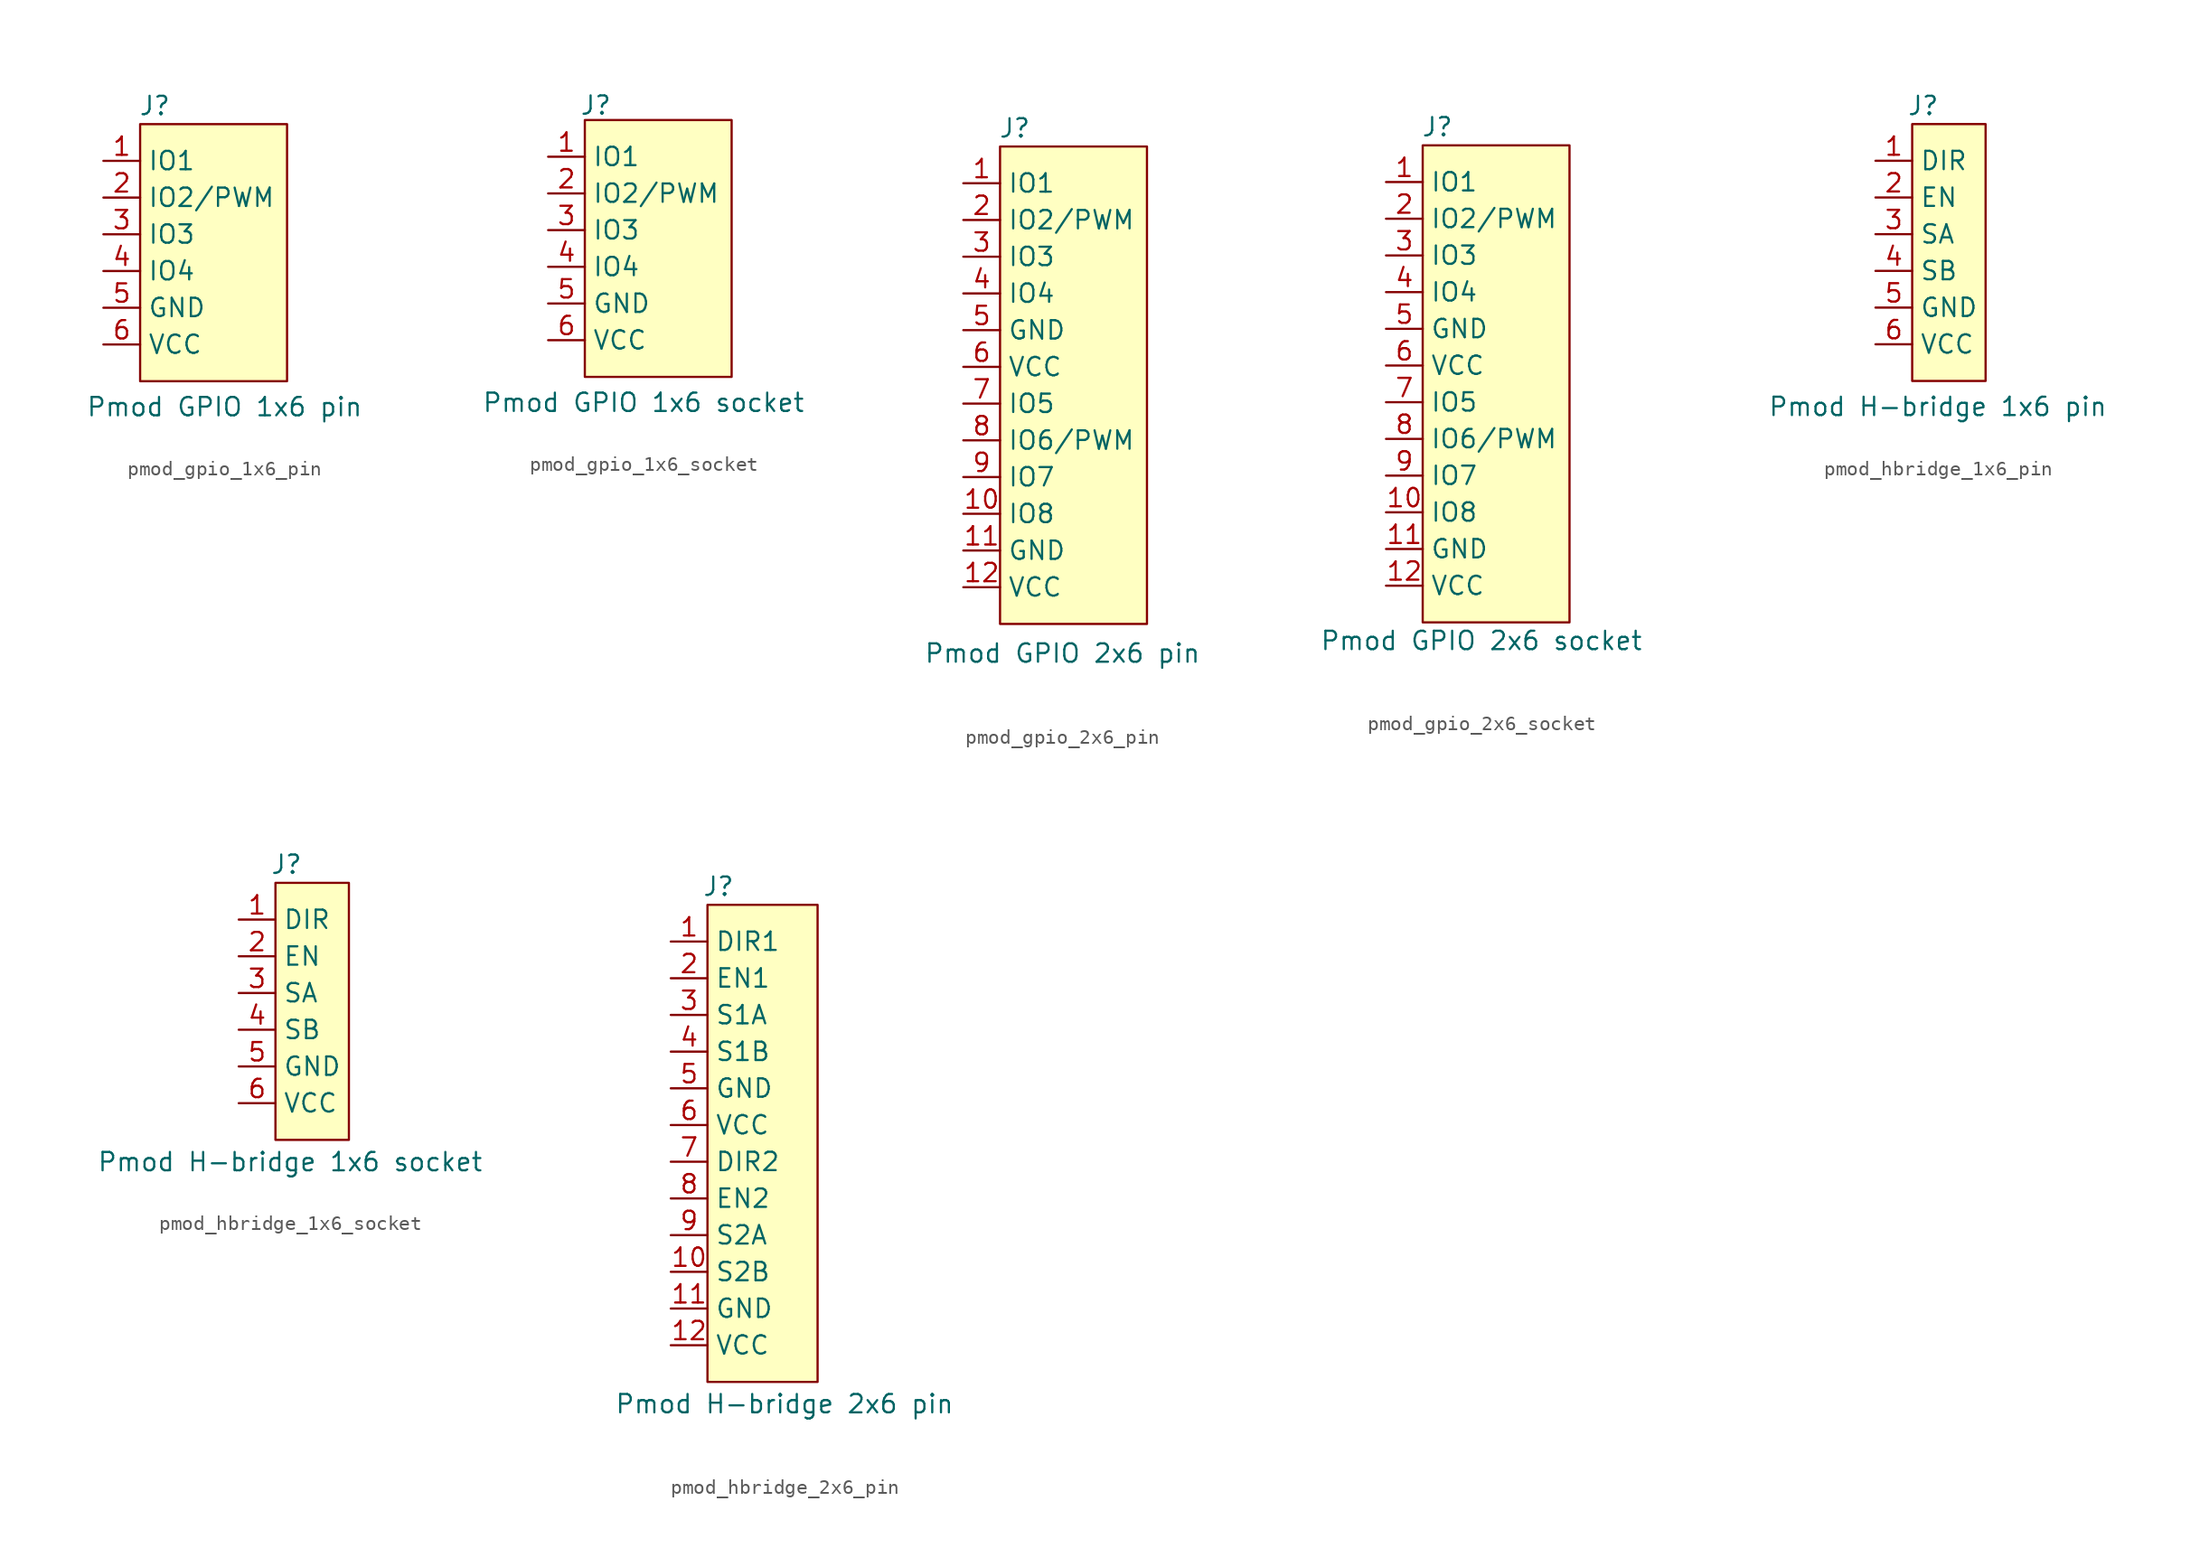
<source format=kicad_sym>
(kicad_symbol_lib
  (version 20241209)
  (generator "kicad_symbol_editor")
  (generator_version "9.0")
  (symbol "pmod_gpio_1x6_pin"
    (property "Reference" "J"
      (at 1.016 1.27 0)
      (effects (font (size 1.27 1.27))))
    (property "Value" "Pmod GPIO 1x6 pin"
      (at 5.842 -19.558 0)
      (effects (font (size 1.27 1.27))))
    (symbol "pmod_gpio_1x6_pin_1_1"
      (rectangle (start 0 0) (end 10.16 -17.78) (stroke (width 0) (type solid)) (fill (type background)))
      (pin bidirectional line (at -2.54 -2.54 0) (length 2.54) (name "IO1" (effects (font (size 1.27 1.27)))) (number "1" (effects (font (size 1.27 1.27)))))
      (pin bidirectional line (at -2.54 -5.08 0) (length 2.54) (name "IO2/PWM" (effects (font (size 1.27 1.27)))) (number "2" (effects (font (size 1.27 1.27)))))
      (pin bidirectional line (at -2.54 -7.62 0) (length 2.54) (name "IO3" (effects (font (size 1.27 1.27)))) (number "3" (effects (font (size 1.27 1.27)))))
      (pin bidirectional line (at -2.54 -10.16 0) (length 2.54) (name "IO4" (effects (font (size 1.27 1.27)))) (number "4" (effects (font (size 1.27 1.27)))))
      (pin power_in line (at -2.54 -12.7 0) (length 2.54) (name "GND" (effects (font (size 1.27 1.27)))) (number "5" (effects (font (size 1.27 1.27)))))
      (pin power_in line (at -2.54 -15.24 0) (length 2.54) (name "VCC" (effects (font (size 1.27 1.27)))) (number "6" (effects (font (size 1.27 1.27)))))))
  (symbol "pmod_gpio_1x6_socket"
    (property "Reference" "J"
      (at 0.762 1.016 0)
      (effects (font (size 1.27 1.27))))
    (property "Value" "Pmod GPIO 1x6 socket"
      (at 4.064 -19.558 0)
      (effects (font (size 1.27 1.27))))
    (symbol "pmod_gpio_1x6_socket_1_1"
      (rectangle (start 0 0) (end 10.16 -17.78) (stroke (width 0) (type solid)) (fill (type background)))
      (pin bidirectional line (at -2.54 -2.54 0) (length 2.54) (name "IO1" (effects (font (size 1.27 1.27)))) (number "1" (effects (font (size 1.27 1.27)))))
      (pin bidirectional line (at -2.54 -5.08 0) (length 2.54) (name "IO2/PWM" (effects (font (size 1.27 1.27)))) (number "2" (effects (font (size 1.27 1.27)))))
      (pin bidirectional line (at -2.54 -7.62 0) (length 2.54) (name "IO3" (effects (font (size 1.27 1.27)))) (number "3" (effects (font (size 1.27 1.27)))))
      (pin bidirectional line (at -2.54 -10.16 0) (length 2.54) (name "IO4" (effects (font (size 1.27 1.27)))) (number "4" (effects (font (size 1.27 1.27)))))
      (pin power_in line (at -2.54 -12.7 0) (length 2.54) (name "GND" (effects (font (size 1.27 1.27)))) (number "5" (effects (font (size 1.27 1.27)))))
      (pin power_in line (at -2.54 -15.24 0) (length 2.54) (name "VCC" (effects (font (size 1.27 1.27)))) (number "6" (effects (font (size 1.27 1.27)))))))
  (symbol "pmod_gpio_2x6_pin"
    (property "Reference" "J"
      (at 1.016 1.27 0)
      (effects (font (size 1.27 1.27))))
    (property "Value" "Pmod GPIO 2x6 pin"
      (at 4.318 -35.052 0)
      (effects (font (size 1.27 1.27))))
    (symbol "pmod_gpio_2x6_pin_1_1"
      (rectangle (start 0 0) (end 10.16 -33.02) (stroke (width 0) (type solid)) (fill (type background)))
      (pin bidirectional line (at -2.54 -2.54 0) (length 2.54) (name "IO1" (effects (font (size 1.27 1.27)))) (number "1" (effects (font (size 1.27 1.27)))))
      (pin bidirectional line (at -2.54 -5.08 0) (length 2.54) (name "IO2/PWM" (effects (font (size 1.27 1.27)))) (number "2" (effects (font (size 1.27 1.27)))))
      (pin bidirectional line (at -2.54 -7.62 0) (length 2.54) (name "IO3" (effects (font (size 1.27 1.27)))) (number "3" (effects (font (size 1.27 1.27)))))
      (pin bidirectional line (at -2.54 -10.16 0) (length 2.54) (name "IO4" (effects (font (size 1.27 1.27)))) (number "4" (effects (font (size 1.27 1.27)))))
      (pin power_in line (at -2.54 -12.7 0) (length 2.54) (name "GND" (effects (font (size 1.27 1.27)))) (number "5" (effects (font (size 1.27 1.27)))))
      (pin power_in line (at -2.54 -15.24 0) (length 2.54) (name "VCC" (effects (font (size 1.27 1.27)))) (number "6" (effects (font (size 1.27 1.27)))))
      (pin bidirectional line (at -2.54 -17.78 0) (length 2.54) (name "IO5" (effects (font (size 1.27 1.27)))) (number "7" (effects (font (size 1.27 1.27)))))
      (pin bidirectional line (at -2.54 -20.32 0) (length 2.54) (name "IO6/PWM" (effects (font (size 1.27 1.27)))) (number "8" (effects (font (size 1.27 1.27)))))
      (pin bidirectional line (at -2.54 -22.86 0) (length 2.54) (name "IO7" (effects (font (size 1.27 1.27)))) (number "9" (effects (font (size 1.27 1.27)))))
      (pin bidirectional line (at -2.54 -25.4 0) (length 2.54) (name "IO8" (effects (font (size 1.27 1.27)))) (number "10" (effects (font (size 1.27 1.27)))))
      (pin power_in line (at -2.54 -27.94 0) (length 2.54) (name "GND" (effects (font (size 1.27 1.27)))) (number "11" (effects (font (size 1.27 1.27)))))
      (pin power_in line (at -2.54 -30.48 0) (length 2.54) (name "VCC" (effects (font (size 1.27 1.27)))) (number "12" (effects (font (size 1.27 1.27)))))))
  (symbol "pmod_gpio_2x6_socket"
    (property "Reference" "J"
      (at 1.016 1.27 0)
      (effects (font (size 1.27 1.27))))
    (property "Value" "Pmod GPIO 2x6 socket"
      (at 4.064 -34.29 0)
      (effects (font (size 1.27 1.27))))
    (symbol "pmod_gpio_2x6_socket_1_1"
      (rectangle (start 0 0) (end 10.16 -33.02) (stroke (width 0) (type solid)) (fill (type background)))
      (pin bidirectional line (at -2.54 -2.54 0) (length 2.54) (name "IO1" (effects (font (size 1.27 1.27)))) (number "1" (effects (font (size 1.27 1.27)))))
      (pin bidirectional line (at -2.54 -5.08 0) (length 2.54) (name "IO2/PWM" (effects (font (size 1.27 1.27)))) (number "2" (effects (font (size 1.27 1.27)))))
      (pin bidirectional line (at -2.54 -7.62 0) (length 2.54) (name "IO3" (effects (font (size 1.27 1.27)))) (number "3" (effects (font (size 1.27 1.27)))))
      (pin bidirectional line (at -2.54 -10.16 0) (length 2.54) (name "IO4" (effects (font (size 1.27 1.27)))) (number "4" (effects (font (size 1.27 1.27)))))
      (pin power_in line (at -2.54 -12.7 0) (length 2.54) (name "GND" (effects (font (size 1.27 1.27)))) (number "5" (effects (font (size 1.27 1.27)))))
      (pin power_in line (at -2.54 -15.24 0) (length 2.54) (name "VCC" (effects (font (size 1.27 1.27)))) (number "6" (effects (font (size 1.27 1.27)))))
      (pin bidirectional line (at -2.54 -17.78 0) (length 2.54) (name "IO5" (effects (font (size 1.27 1.27)))) (number "7" (effects (font (size 1.27 1.27)))))
      (pin bidirectional line (at -2.54 -20.32 0) (length 2.54) (name "IO6/PWM" (effects (font (size 1.27 1.27)))) (number "8" (effects (font (size 1.27 1.27)))))
      (pin bidirectional line (at -2.54 -22.86 0) (length 2.54) (name "IO7" (effects (font (size 1.27 1.27)))) (number "9" (effects (font (size 1.27 1.27)))))
      (pin bidirectional line (at -2.54 -25.4 0) (length 2.54) (name "IO8" (effects (font (size 1.27 1.27)))) (number "10" (effects (font (size 1.27 1.27)))))
      (pin power_in line (at -2.54 -27.94 0) (length 2.54) (name "GND" (effects (font (size 1.27 1.27)))) (number "11" (effects (font (size 1.27 1.27)))))
      (pin power_in line (at -2.54 -30.48 0) (length 2.54) (name "VCC" (effects (font (size 1.27 1.27)))) (number "12" (effects (font (size 1.27 1.27)))))))
  (symbol "pmod_hbridge_1x6_pin"
    (property "Reference" "J"
      (at 0.762 1.27 0)
      (effects (font (size 1.27 1.27))))
    (property "Value" "Pmod H-bridge 1x6 pin"
      (at 1.778 -19.558 0)
      (effects (font (size 1.27 1.27))))
    (symbol "pmod_hbridge_1x6_pin_1_1"
      (rectangle (start 0 0) (end 5.08 -17.78) (stroke (width 0) (type solid)) (fill (type background)))
      (pin output line (at -2.54 -2.54 0) (length 2.54) (name "DIR" (effects (font (size 1.27 1.27)))) (number "1" (effects (font (size 1.27 1.27)))))
      (pin output line (at -2.54 -5.08 0) (length 2.54) (name "EN" (effects (font (size 1.27 1.27)))) (number "2" (effects (font (size 1.27 1.27)))))
      (pin input line (at -2.54 -7.62 0) (length 2.54) (name "SA" (effects (font (size 1.27 1.27)))) (number "3" (effects (font (size 1.27 1.27)))))
      (pin input line (at -2.54 -10.16 0) (length 2.54) (name "SB" (effects (font (size 1.27 1.27)))) (number "4" (effects (font (size 1.27 1.27)))))
      (pin power_in line (at -2.54 -12.7 0) (length 2.54) (name "GND" (effects (font (size 1.27 1.27)))) (number "5" (effects (font (size 1.27 1.27)))))
      (pin power_in line (at -2.54 -15.24 0) (length 2.54) (name "VCC" (effects (font (size 1.27 1.27)))) (number "6" (effects (font (size 1.27 1.27)))))))
  (symbol "pmod_hbridge_1x6_socket"
    (property "Reference" "J"
      (at 0.762 1.27 0)
      (effects (font (size 1.27 1.27))))
    (property "Value" "Pmod H-bridge 1x6 socket"
      (at 1.016 -19.304 0)
      (effects (font (size 1.27 1.27))))
    (symbol "pmod_hbridge_1x6_socket_1_1"
      (rectangle (start 0 0) (end 5.08 -17.78) (stroke (width 0) (type solid)) (fill (type background)))
      (pin input line (at -2.54 -2.54 0) (length 2.54) (name "DIR" (effects (font (size 1.27 1.27)))) (number "1" (effects (font (size 1.27 1.27)))))
      (pin input line (at -2.54 -5.08 0) (length 2.54) (name "EN" (effects (font (size 1.27 1.27)))) (number "2" (effects (font (size 1.27 1.27)))))
      (pin output line (at -2.54 -7.62 0) (length 2.54) (name "SA" (effects (font (size 1.27 1.27)))) (number "3" (effects (font (size 1.27 1.27)))))
      (pin output line (at -2.54 -10.16 0) (length 2.54) (name "SB" (effects (font (size 1.27 1.27)))) (number "4" (effects (font (size 1.27 1.27)))))
      (pin power_in line (at -2.54 -12.7 0) (length 2.54) (name "GND" (effects (font (size 1.27 1.27)))) (number "5" (effects (font (size 1.27 1.27)))))
      (pin power_in line (at -2.54 -15.24 0) (length 2.54) (name "VCC" (effects (font (size 1.27 1.27)))) (number "6" (effects (font (size 1.27 1.27)))))))
  (symbol "pmod_hbridge_2x6_pin"
    (property "Reference" "J"
      (at 0.762 1.27 0)
      (effects (font (size 1.27 1.27))))
    (property "Value" "Pmod H-bridge 2x6 pin"
      (at 5.334 -34.544 0)
      (effects (font (size 1.27 1.27))))
    (symbol "pmod_hbridge_2x6_pin_1_1"
      (rectangle (start 0 0) (end 7.62 -33.02) (stroke (width 0) (type solid)) (fill (type background)))
      (pin output line (at -2.54 -2.54 0) (length 2.54) (name "DIR1" (effects (font (size 1.27 1.27)))) (number "1" (effects (font (size 1.27 1.27)))))
      (pin output line (at -2.54 -5.08 0) (length 2.54) (name "EN1" (effects (font (size 1.27 1.27)))) (number "2" (effects (font (size 1.27 1.27)))))
      (pin input line (at -2.54 -7.62 0) (length 2.54) (name "S1A" (effects (font (size 1.27 1.27)))) (number "3" (effects (font (size 1.27 1.27)))))
      (pin input line (at -2.54 -10.16 0) (length 2.54) (name "S1B" (effects (font (size 1.27 1.27)))) (number "4" (effects (font (size 1.27 1.27)))))
      (pin power_in line (at -2.54 -12.7 0) (length 2.54) (name "GND" (effects (font (size 1.27 1.27)))) (number "5" (effects (font (size 1.27 1.27)))))
      (pin power_in line (at -2.54 -15.24 0) (length 2.54) (name "VCC" (effects (font (size 1.27 1.27)))) (number "6" (effects (font (size 1.27 1.27)))))
      (pin output line (at -2.54 -17.78 0) (length 2.54) (name "DIR2" (effects (font (size 1.27 1.27)))) (number "7" (effects (font (size 1.27 1.27)))))
      (pin output line (at -2.54 -20.32 0) (length 2.54) (name "EN2" (effects (font (size 1.27 1.27)))) (number "8" (effects (font (size 1.27 1.27)))))
      (pin input line (at -2.54 -22.86 0) (length 2.54) (name "S2A" (effects (font (size 1.27 1.27)))) (number "9" (effects (font (size 1.27 1.27)))))
      (pin input line (at -2.54 -25.4 0) (length 2.54) (name "S2B" (effects (font (size 1.27 1.27)))) (number "10" (effects (font (size 1.27 1.27)))))
      (pin power_in line (at -2.54 -27.94 0) (length 2.54) (name "GND" (effects (font (size 1.27 1.27)))) (number "11" (effects (font (size 1.27 1.27)))))
      (pin power_in line (at -2.54 -30.48 0) (length 2.54) (name "VCC" (effects (font (size 1.27 1.27)))) (number "12" (effects (font (size 1.27 1.27))))))))
</source>
